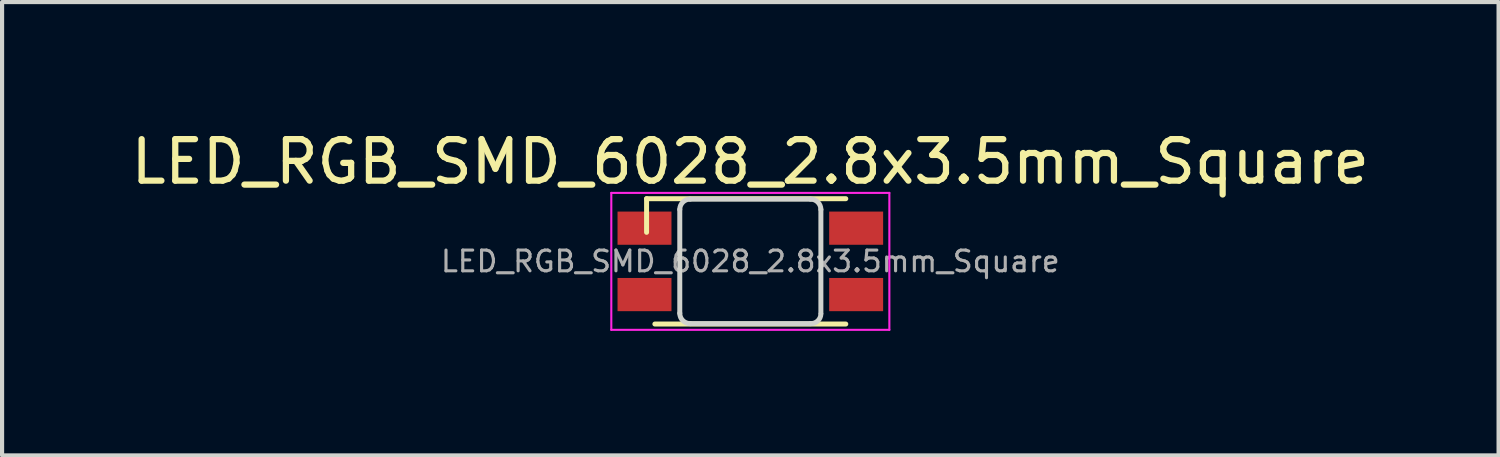
<source format=kicad_pcb>
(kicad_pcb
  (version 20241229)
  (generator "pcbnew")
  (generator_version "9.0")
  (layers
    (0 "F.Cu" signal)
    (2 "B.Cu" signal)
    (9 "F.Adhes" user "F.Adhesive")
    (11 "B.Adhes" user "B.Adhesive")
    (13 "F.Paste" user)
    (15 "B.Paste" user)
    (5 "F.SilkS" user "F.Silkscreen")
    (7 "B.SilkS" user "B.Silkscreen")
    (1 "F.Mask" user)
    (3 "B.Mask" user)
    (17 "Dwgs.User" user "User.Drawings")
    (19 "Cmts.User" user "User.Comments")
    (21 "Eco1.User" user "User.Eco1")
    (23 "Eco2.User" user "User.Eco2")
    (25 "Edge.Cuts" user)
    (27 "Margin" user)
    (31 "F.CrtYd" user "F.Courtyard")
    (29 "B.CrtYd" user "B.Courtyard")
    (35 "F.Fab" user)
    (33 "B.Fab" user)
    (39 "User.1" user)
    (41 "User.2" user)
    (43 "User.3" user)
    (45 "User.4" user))
  (footprint "LED_RGB_SMD_6028_2.8x3.5mm_Square"
    (layer "F.Cu")
    (at 15.03 3.248)
    (property "Reference" "LED_RGB_SMD_6028_2.8x3.5mm_Square" (at 0 -2.4 0) (layer "F.SilkS") (effects (font (size 1 1) (thickness 0.15))))
    (attr smd)
    (fp_line (start -2.5 -1.51) (end 2.3 -1.51) (stroke (width 0.12) (type solid)) (layer "F.SilkS"))
    (fp_line (start -2.5 -0.7) (end -2.5 -1.51) (stroke (width 0.12) (type solid)) (layer "F.SilkS"))
    (fp_line (start -2.3 1.51) (end 2.3 1.51) (stroke (width 0.12) (type solid)) (layer "F.SilkS"))
    (fp_line (start -1.7 -1.25) (end -1.7 1.25) (stroke (width 0.12) (type solid)) (layer "Edge.Cuts"))
    (fp_line (start -1.45 -1.5) (end 1.45 -1.5) (stroke (width 0.12) (type solid)) (layer "Edge.Cuts"))
    (fp_line (start 1.45 1.5) (end -1.45 1.5) (stroke (width 0.12) (type solid)) (layer "Edge.Cuts"))
    (fp_line (start 1.7 1.25) (end 1.7 -1.25) (stroke (width 0.12) (type solid)) (layer "Edge.Cuts"))
    (fp_arc (start -1.7 -1.25) (mid -1.626777 -1.426777) (end -1.45 -1.5) (stroke (width 0.12) (type solid)) (layer "Edge.Cuts"))
    (fp_arc (start -1.45 1.5) (mid -1.626777 1.426777) (end -1.7 1.25) (stroke (width 0.12) (type solid)) (layer "Edge.Cuts"))
    (fp_arc (start 1.45 -1.5) (mid 1.626777 -1.426777) (end 1.7 -1.25) (stroke (width 0.12) (type solid)) (layer "Edge.Cuts"))
    (fp_arc (start 1.7 1.27) (mid 1.622635 1.436777) (end 1.45 1.5) (stroke (width 0.12) (type solid)) (layer "Edge.Cuts"))
    (fp_line (start -3.35 -1.65) (end -3.35 1.65) (stroke (width 0.05) (type solid)) (layer "F.CrtYd"))
    (fp_line (start -3.35 1.65) (end 3.35 1.65) (stroke (width 0.05) (type solid)) (layer "F.CrtYd"))
    (fp_line (start 3.35 -1.65) (end -3.35 -1.65) (stroke (width 0.05) (type solid)) (layer "F.CrtYd"))
    (fp_line (start 3.35 1.65) (end 3.35 -1.65) (stroke (width 0.05) (type solid)) (layer "F.CrtYd"))
    (fp_text user "${REFERENCE}" (at 0 0 0) (layer "F.Fab") (effects (font (size 0.5 0.5) (thickness 0.075))))
    (pad "1" smd rect (at 2.55 -0.8) (size 1.3 0.8) (layers "F.Cu" "F.Mask" "F.Paste"))
    (pad "2" smd rect (at 2.55 0.8) (size 1.3 0.8) (layers "F.Cu" "F.Mask" "F.Paste"))
    (pad "3" smd rect (at -2.55 -0.8) (size 1.3 0.8) (layers "F.Cu" "F.Mask" "F.Paste"))
    (pad "4" smd rect (at -2.55 0.8) (size 1.3 0.8) (layers "F.Cu" "F.Mask" "F.Paste")))
  (gr_rect
    (start -3 -3)
    (end 33.06 7.923)
    (stroke (width 0.1) (type default))
    (fill no)
    (layer "Edge.Cuts")))
</source>
